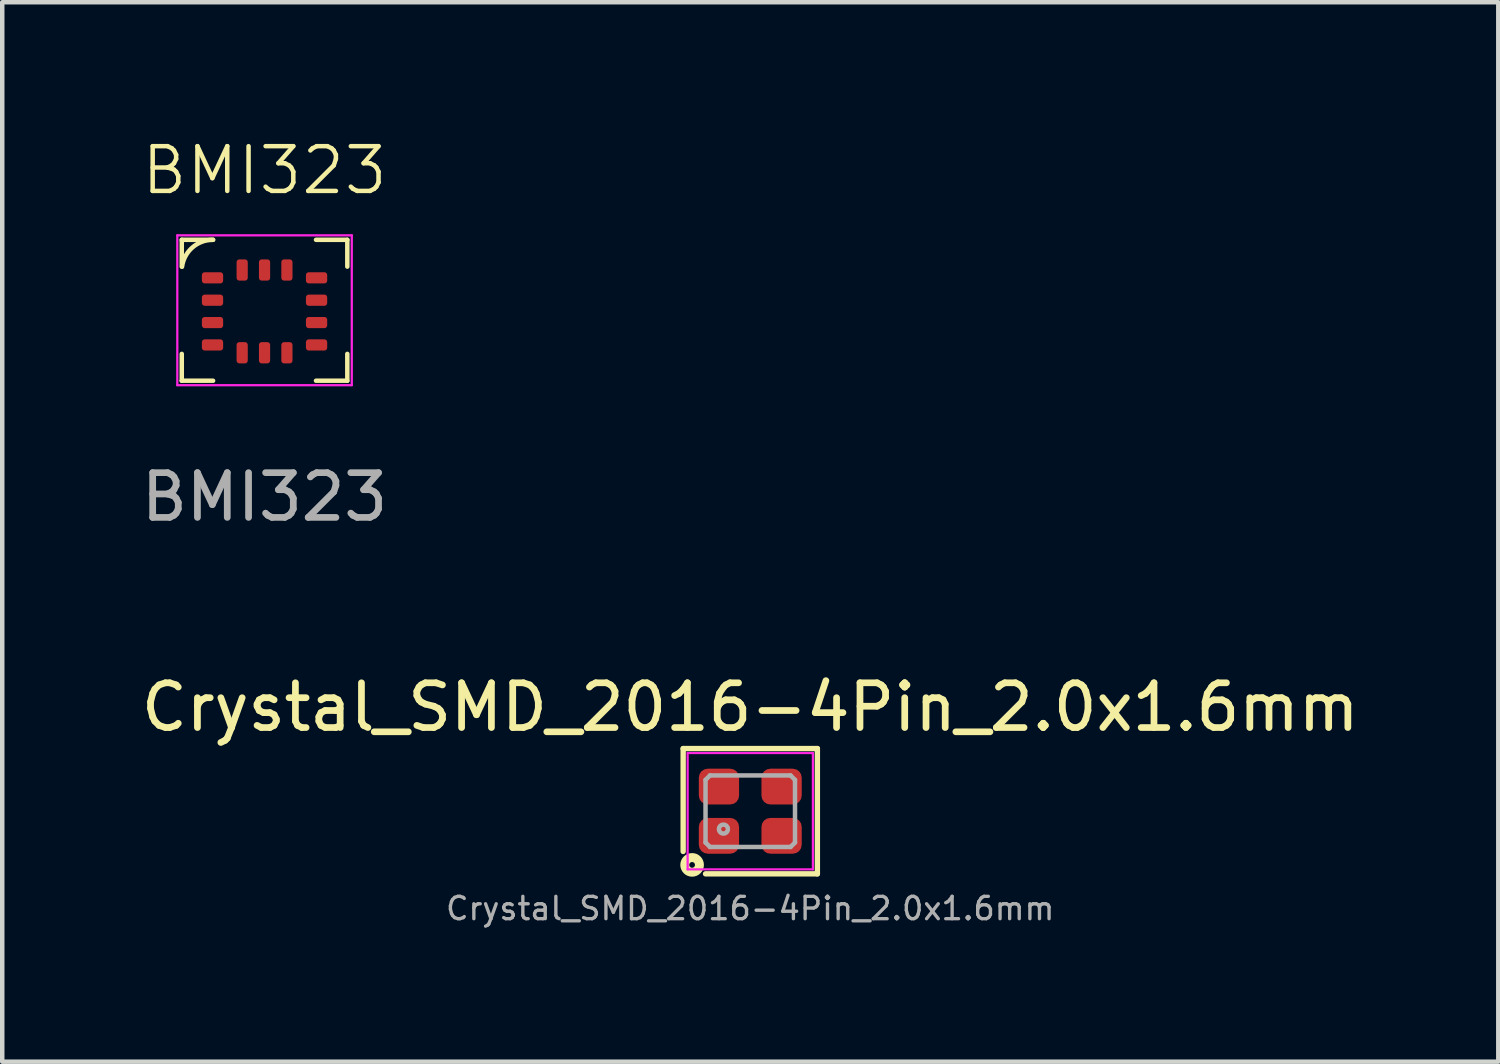
<source format=kicad_pcb>
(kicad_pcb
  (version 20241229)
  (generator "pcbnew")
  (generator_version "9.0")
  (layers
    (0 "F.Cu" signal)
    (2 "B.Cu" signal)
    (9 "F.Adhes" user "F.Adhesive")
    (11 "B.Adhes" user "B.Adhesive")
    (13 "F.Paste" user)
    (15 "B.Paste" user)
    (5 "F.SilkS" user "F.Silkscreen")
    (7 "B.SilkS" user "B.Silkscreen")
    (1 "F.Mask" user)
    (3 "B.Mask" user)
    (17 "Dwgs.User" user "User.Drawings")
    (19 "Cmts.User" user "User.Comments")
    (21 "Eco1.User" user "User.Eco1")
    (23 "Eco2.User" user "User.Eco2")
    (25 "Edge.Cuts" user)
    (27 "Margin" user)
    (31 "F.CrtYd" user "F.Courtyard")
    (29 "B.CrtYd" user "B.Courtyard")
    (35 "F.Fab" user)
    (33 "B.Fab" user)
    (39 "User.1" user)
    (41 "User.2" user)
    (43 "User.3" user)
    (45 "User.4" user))
  (footprint "BMI323"
    (layer "F.Cu")
    (at 2.863 3.91)
    (property "Reference" "BMI323" (at 0 -3.15 0) (unlocked yes) (layer "F.SilkS") (effects (font (size 1 1) (thickness 0.1))))
    (attr smd)
    (fp_line (start -1.85 -1) (end -1.85 -1.6) (stroke (width 0.1) (type default)) (layer "F.SilkS"))
    (fp_line (start -1.85 1.55) (end -1.85 0.95) (stroke (width 0.1) (type default)) (layer "F.SilkS"))
    (fp_line (start -1.15 -1.6) (end -1.85 -1.6) (stroke (width 0.1) (type default)) (layer "F.SilkS"))
    (fp_line (start -1.15 1.55) (end -1.85 1.55) (stroke (width 0.1) (type default)) (layer "F.SilkS"))
    (fp_line (start 1.85 -1.6) (end 1.15 -1.6) (stroke (width 0.1) (type default)) (layer "F.SilkS"))
    (fp_line (start 1.85 -1) (end 1.85 -1.6) (stroke (width 0.1) (type default)) (layer "F.SilkS"))
    (fp_line (start 1.85 1.55) (end 1.15 1.55) (stroke (width 0.1) (type default)) (layer "F.SilkS"))
    (fp_line (start 1.85 1.55) (end 1.85 0.95) (stroke (width 0.1) (type default)) (layer "F.SilkS"))
    (fp_arc (start -1.843618 -0.999128) (mid -1.610083 -1.430323) (end -1.15 -1.6) (stroke (width 0.1) (type default)) (layer "F.SilkS"))
    (fp_line (start -1.95 -1.7) (end -1.95 1.65) (stroke (width 0.05) (type default)) (layer "F.CrtYd"))
    (fp_line (start -1.95 -1.7) (end 1.95 -1.7) (stroke (width 0.05) (type default)) (layer "F.CrtYd"))
    (fp_line (start -1.95 1.65) (end 1.95 1.65) (stroke (width 0.05) (type default)) (layer "F.CrtYd"))
    (fp_line (start 1.95 -1.7) (end 1.95 1.65) (stroke (width 0.05) (type default)) (layer "F.CrtYd"))
    (fp_text user "${REFERENCE}" (at 0 4.15 0) (unlocked yes) (layer "F.Fab") (effects (font (size 1 1) (thickness 0.15))))
    (pad "1" smd roundrect (at -1.163 -0.75) (size 0.475 0.25) (layers "F.Cu" "F.Mask" "F.Paste") (roundrect_rratio 0.25))
    (pad "2" smd roundrect (at -1.163 -0.25) (size 0.475 0.25) (layers "F.Cu" "F.Mask" "F.Paste") (roundrect_rratio 0.25))
    (pad "3" smd roundrect (at -1.163 0.25) (size 0.475 0.25) (layers "F.Cu" "F.Mask" "F.Paste") (roundrect_rratio 0.25))
    (pad "4" smd roundrect (at -1.163 0.75) (size 0.475 0.25) (layers "F.Cu" "F.Mask" "F.Paste") (roundrect_rratio 0.25))
    (pad "5" smd roundrect (at -0.5 0.925) (size 0.25 0.475) (layers "F.Cu" "F.Mask" "F.Paste") (roundrect_rratio 0.25))
    (pad "6" smd roundrect (at 0 0.925) (size 0.25 0.475) (layers "F.Cu" "F.Mask" "F.Paste") (roundrect_rratio 0.25))
    (pad "7" smd roundrect (at 0.5 0.925) (size 0.25 0.475) (layers "F.Cu" "F.Mask" "F.Paste") (roundrect_rratio 0.25))
    (pad "8" smd roundrect (at 1.163 0.75) (size 0.475 0.25) (layers "F.Cu" "F.Mask" "F.Paste") (roundrect_rratio 0.25))
    (pad "9" smd roundrect (at 1.163 0.25) (size 0.475 0.25) (layers "F.Cu" "F.Mask" "F.Paste") (roundrect_rratio 0.25))
    (pad "10" smd roundrect (at 1.163 -0.25) (size 0.475 0.25) (layers "F.Cu" "F.Mask" "F.Paste") (roundrect_rratio 0.25))
    (pad "11" smd roundrect (at 1.163 -0.75) (size 0.475 0.25) (layers "F.Cu" "F.Mask" "F.Paste") (roundrect_rratio 0.25))
    (pad "12" smd roundrect (at 0.5 -0.925) (size 0.25 0.475) (layers "F.Cu" "F.Mask" "F.Paste") (roundrect_rratio 0.25))
    (pad "13" smd roundrect (at 0 -0.925) (size 0.25 0.475) (layers "F.Cu" "F.Mask" "F.Paste") (roundrect_rratio 0.25))
    (pad "14" smd roundrect (at -0.5 -0.925) (size 0.25 0.475) (layers "F.Cu" "F.Mask" "F.Paste") (roundrect_rratio 0.25)))
  (footprint "Crystal_SMD_2016-4Pin_2.0x1.6mm"
    (layer "F.Cu")
    (at 13.72 15.082)
    (property "Reference" "Crystal_SMD_2016-4Pin_2.0x1.6mm" (at 0 -2.325 0) (layer "F.SilkS") (effects (font (size 1 1) (thickness 0.15))))
    (attr smd)
    (fp_line (start -1.5 -1.4) (end 1.5 -1.4) (stroke (width 0.12) (type solid)) (layer "F.SilkS"))
    (fp_line (start -1.5 0.9) (end -1.5 -1.4) (stroke (width 0.12) (type solid)) (layer "F.SilkS"))
    (fp_line (start 1.5 -1.4) (end 1.5 1.4) (stroke (width 0.12) (type solid)) (layer "F.SilkS"))
    (fp_line (start 1.5 1.4) (end -1 1.4) (stroke (width 0.12) (type solid)) (layer "F.SilkS"))
    (fp_circle (center -1.3 1.2) (end -1.236 1.2) (stroke (width 0.2) (type solid)) (fill no) (layer "F.SilkS"))
    (fp_line (start -1.4 -1.3) (end -1.4 1.3) (stroke (width 0.05) (type solid)) (layer "F.CrtYd"))
    (fp_line (start -1.4 1.3) (end 1.4 1.3) (stroke (width 0.05) (type solid)) (layer "F.CrtYd"))
    (fp_line (start 1.4 -1.3) (end -1.4 -1.3) (stroke (width 0.05) (type solid)) (layer "F.CrtYd"))
    (fp_line (start 1.4 1.3) (end 1.4 -1.3) (stroke (width 0.05) (type solid)) (layer "F.CrtYd"))
    (fp_line (start -1 -0.7) (end -0.9 -0.8) (stroke (width 0.1) (type solid)) (layer "F.Fab"))
    (fp_line (start -1 0.7) (end -1 -0.7) (stroke (width 0.1) (type solid)) (layer "F.Fab"))
    (fp_line (start -0.9 -0.8) (end 0.9 -0.8) (stroke (width 0.1) (type solid)) (layer "F.Fab"))
    (fp_line (start -0.9 0.8) (end -1 0.7) (stroke (width 0.1) (type solid)) (layer "F.Fab"))
    (fp_line (start 0.9 -0.8) (end 1 -0.7) (stroke (width 0.1) (type solid)) (layer "F.Fab"))
    (fp_line (start 0.9 0.8) (end -0.9 0.8) (stroke (width 0.1) (type solid)) (layer "F.Fab"))
    (fp_line (start 1 -0.7) (end 1 0.7) (stroke (width 0.1) (type solid)) (layer "F.Fab"))
    (fp_line (start 1 0.7) (end 0.9 0.8) (stroke (width 0.1) (type solid)) (layer "F.Fab"))
    (fp_circle (center -0.6 0.4) (end -0.5 0.4) (stroke (width 0.1) (type solid)) (fill no) (layer "F.Fab"))
    (fp_text user "${REFERENCE}" (at 0 2.175 0) (layer "F.Fab") (effects (font (size 0.5 0.5) (thickness 0.075))))
    (pad "1" smd roundrect (at -0.7 0.55) (size 0.9 0.8) (layers "F.Cu" "F.Mask" "F.Paste") (roundrect_rratio 0.25))
    (pad "2" smd roundrect (at 0.7 0.55) (size 0.9 0.8) (layers "F.Cu" "F.Mask" "F.Paste") (roundrect_rratio 0.25))
    (pad "3" smd roundrect (at 0.7 -0.55) (size 0.9 0.8) (layers "F.Cu" "F.Mask" "F.Paste") (roundrect_rratio 0.25))
    (pad "4" smd roundrect (at -0.7 -0.55) (size 0.9 0.8) (layers "F.Cu" "F.Mask" "F.Paste") (roundrect_rratio 0.25)))
  (gr_rect
    (start -3 -3)
    (end 30.44 20.681)
    (stroke (width 0.1) (type default))
    (fill no)
    (layer "Edge.Cuts")))
</source>
